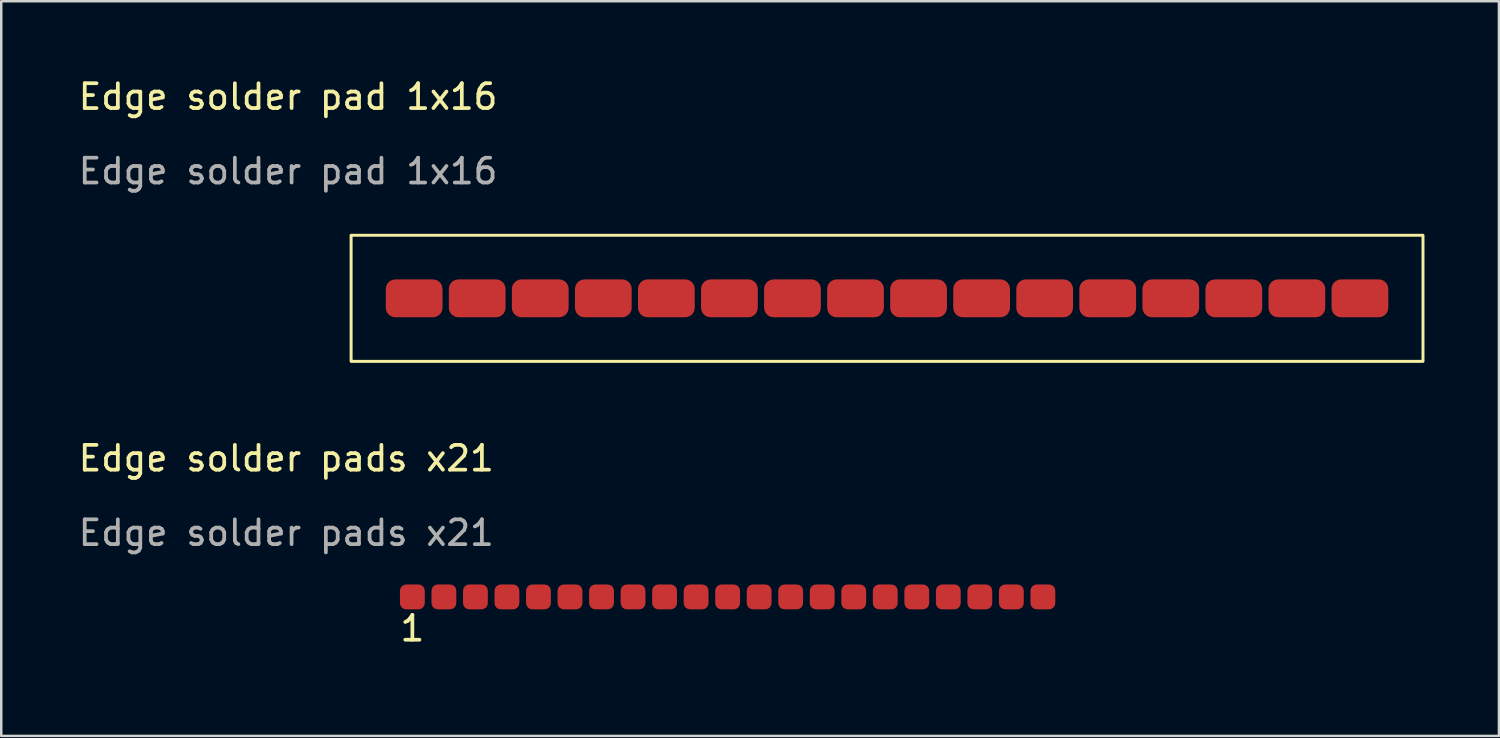
<source format=kicad_pcb>
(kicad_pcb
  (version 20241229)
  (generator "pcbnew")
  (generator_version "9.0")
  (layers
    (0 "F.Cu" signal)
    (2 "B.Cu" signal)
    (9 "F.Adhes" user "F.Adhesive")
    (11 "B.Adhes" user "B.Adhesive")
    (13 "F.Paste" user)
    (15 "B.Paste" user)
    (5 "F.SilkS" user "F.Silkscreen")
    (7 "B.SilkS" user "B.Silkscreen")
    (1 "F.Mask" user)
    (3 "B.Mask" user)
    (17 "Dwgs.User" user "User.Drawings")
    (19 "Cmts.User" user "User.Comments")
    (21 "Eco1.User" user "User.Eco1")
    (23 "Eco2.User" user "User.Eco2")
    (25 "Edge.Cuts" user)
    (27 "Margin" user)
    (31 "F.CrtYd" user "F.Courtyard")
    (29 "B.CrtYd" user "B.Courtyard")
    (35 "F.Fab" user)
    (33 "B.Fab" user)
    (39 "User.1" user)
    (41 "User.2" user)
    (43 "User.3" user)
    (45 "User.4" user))
  (footprint "Edge solder pad 1x16"
    (layer "F.Cu")
    (at 8.554 1.348)
    (property "Reference" "Edge solder pad 1x16" (at 0 -0.5 0) (unlocked yes) (layer "F.SilkS") (effects (font (size 1 1) (thickness 0.15))))
    (attr smd)
    (fp_rect (start 2.54 5.08) (end 45.72 10.16) (stroke (width 0.12) (type solid)) (fill no) (layer "F.SilkS"))
    (fp_rect (start 45.72 5.08) (end 2.54 10.16) (stroke (width 0.12) (type solid)) (fill no) (layer "Margin"))
    (fp_text user "${REFERENCE}" (at 0 2.5 0) (unlocked yes) (layer "F.Fab") (effects (font (size 1 1) (thickness 0.15))))
    (pad "1" smd roundrect (at 5.08 7.62) (size 2.286 1.524) (layers "F.Cu" "F.Mask" "F.Paste") (roundrect_rratio 0.25))
    (pad "2" smd roundrect (at 7.62 7.62) (size 2.286 1.524) (layers "F.Cu" "F.Mask" "F.Paste") (roundrect_rratio 0.25))
    (pad "3" smd roundrect (at 10.16 7.62) (size 2.286 1.524) (layers "F.Cu" "F.Mask" "F.Paste") (roundrect_rratio 0.25))
    (pad "4" smd roundrect (at 12.7 7.62) (size 2.286 1.524) (layers "F.Cu" "F.Mask" "F.Paste") (roundrect_rratio 0.25))
    (pad "5" smd roundrect (at 15.24 7.62) (size 2.286 1.524) (layers "F.Cu" "F.Mask" "F.Paste") (roundrect_rratio 0.25))
    (pad "6" smd roundrect (at 17.78 7.62) (size 2.286 1.524) (layers "F.Cu" "F.Mask" "F.Paste") (roundrect_rratio 0.25))
    (pad "7" smd roundrect (at 20.32 7.62) (size 2.286 1.524) (layers "F.Cu" "F.Mask" "F.Paste") (roundrect_rratio 0.25))
    (pad "8" smd roundrect (at 22.86 7.62) (size 2.286 1.524) (layers "F.Cu" "F.Mask" "F.Paste") (roundrect_rratio 0.25))
    (pad "9" smd roundrect (at 25.4 7.62) (size 2.286 1.524) (layers "F.Cu" "F.Mask" "F.Paste") (roundrect_rratio 0.25))
    (pad "10" smd roundrect (at 27.94 7.62) (size 2.286 1.524) (layers "F.Cu" "F.Mask" "F.Paste") (roundrect_rratio 0.25))
    (pad "11" smd roundrect (at 30.48 7.62) (size 2.286 1.524) (layers "F.Cu" "F.Mask" "F.Paste") (roundrect_rratio 0.25))
    (pad "12" smd roundrect (at 33.02 7.62) (size 2.286 1.524) (layers "F.Cu" "F.Mask" "F.Paste") (roundrect_rratio 0.25))
    (pad "13" smd roundrect (at 35.56 7.62) (size 2.286 1.524) (layers "F.Cu" "F.Mask" "F.Paste") (roundrect_rratio 0.25))
    (pad "14" smd roundrect (at 38.1 7.62) (size 2.286 1.524) (layers "F.Cu" "F.Mask" "F.Paste") (roundrect_rratio 0.25))
    (pad "15" smd roundrect (at 40.64 7.62) (size 2.286 1.524) (layers "F.Cu" "F.Mask" "F.Paste") (roundrect_rratio 0.25))
    (pad "16" smd roundrect (at 43.18 7.62) (size 2.286 1.524) (layers "F.Cu" "F.Mask" "F.Paste") (roundrect_rratio 0.25)))
  (footprint "Edge solder pads x21"
    (layer "F.Cu")
    (at 8.482 15.916)
    (property "Reference" "Edge solder pads x21" (at 0 -0.5 0) (unlocked yes) (layer "F.SilkS") (effects (font (size 1 1) (thickness 0.15))))
    (attr smd)
    (fp_rect (start 3.81 3.81) (end 31.75 7.62) (stroke (width 0.12) (type solid)) (fill no) (layer "Margin"))
    (fp_text user "1" (at 5.08 6.35 0) (unlocked yes) (layer "F.SilkS") (effects (font (size 1 1) (thickness 0.15))))
    (fp_text user "${REFERENCE}" (at 0 2.5 0) (unlocked yes) (layer "F.Fab") (effects (font (size 1 1) (thickness 0.15))))
    (pad "1" smd roundrect (at 5.08 5.08) (size 1 1) (layers "F.Cu" "F.Mask" "F.Paste") (roundrect_rratio 0.25))
    (pad "2" smd roundrect (at 6.35 5.08) (size 1 1) (layers "F.Cu" "F.Mask" "F.Paste") (roundrect_rratio 0.25))
    (pad "3" smd roundrect (at 7.62 5.08) (size 1 1) (layers "F.Cu" "F.Mask" "F.Paste") (roundrect_rratio 0.25))
    (pad "4" smd roundrect (at 8.89 5.08) (size 1 1) (layers "F.Cu" "F.Mask" "F.Paste") (roundrect_rratio 0.25))
    (pad "5" smd roundrect (at 10.16 5.08) (size 1 1) (layers "F.Cu" "F.Mask" "F.Paste") (roundrect_rratio 0.25))
    (pad "6" smd roundrect (at 11.43 5.08) (size 1 1) (layers "F.Cu" "F.Mask" "F.Paste") (roundrect_rratio 0.25))
    (pad "7" smd roundrect (at 12.7 5.08) (size 1 1) (layers "F.Cu" "F.Mask" "F.Paste") (roundrect_rratio 0.25))
    (pad "8" smd roundrect (at 13.97 5.08) (size 1 1) (layers "F.Cu" "F.Mask" "F.Paste") (roundrect_rratio 0.25))
    (pad "9" smd roundrect (at 15.24 5.08) (size 1 1) (layers "F.Cu" "F.Mask" "F.Paste") (roundrect_rratio 0.25))
    (pad "10" smd roundrect (at 16.51 5.08) (size 1 1) (layers "F.Cu" "F.Mask" "F.Paste") (roundrect_rratio 0.25))
    (pad "11" smd roundrect (at 17.78 5.08) (size 1 1) (layers "F.Cu" "F.Mask" "F.Paste") (roundrect_rratio 0.25))
    (pad "12" smd roundrect (at 19.05 5.08) (size 1 1) (layers "F.Cu" "F.Mask" "F.Paste") (roundrect_rratio 0.25))
    (pad "13" smd roundrect (at 20.32 5.08) (size 1 1) (layers "F.Cu" "F.Mask" "F.Paste") (roundrect_rratio 0.25))
    (pad "14" smd roundrect (at 21.59 5.08) (size 1 1) (layers "F.Cu" "F.Mask" "F.Paste") (roundrect_rratio 0.25))
    (pad "15" smd roundrect (at 22.86 5.08) (size 1 1) (layers "F.Cu" "F.Mask" "F.Paste") (roundrect_rratio 0.25))
    (pad "16" smd roundrect (at 24.13 5.08) (size 1 1) (layers "F.Cu" "F.Mask" "F.Paste") (roundrect_rratio 0.25))
    (pad "17" smd roundrect (at 25.4 5.08) (size 1 1) (layers "F.Cu" "F.Mask" "F.Paste") (roundrect_rratio 0.25))
    (pad "18" smd roundrect (at 27.94 5.08) (size 1 1) (layers "F.Cu" "F.Mask" "F.Paste") (roundrect_rratio 0.25))
    (pad "19" smd roundrect (at 26.67 5.08) (size 1 1) (layers "F.Cu" "F.Mask" "F.Paste") (roundrect_rratio 0.25))
    (pad "20" smd roundrect (at 29.21 5.08) (size 1 1) (layers "F.Cu" "F.Mask" "F.Paste") (roundrect_rratio 0.25))
    (pad "21" smd roundrect (at 30.48 5.08) (size 1 1) (layers "F.Cu" "F.Mask" "F.Paste") (roundrect_rratio 0.25)))
  (gr_rect
    (start -3 -3)
    (end 57.334 26.596)
    (stroke (width 0.1) (type default))
    (fill no)
    (layer "Edge.Cuts")))
</source>
